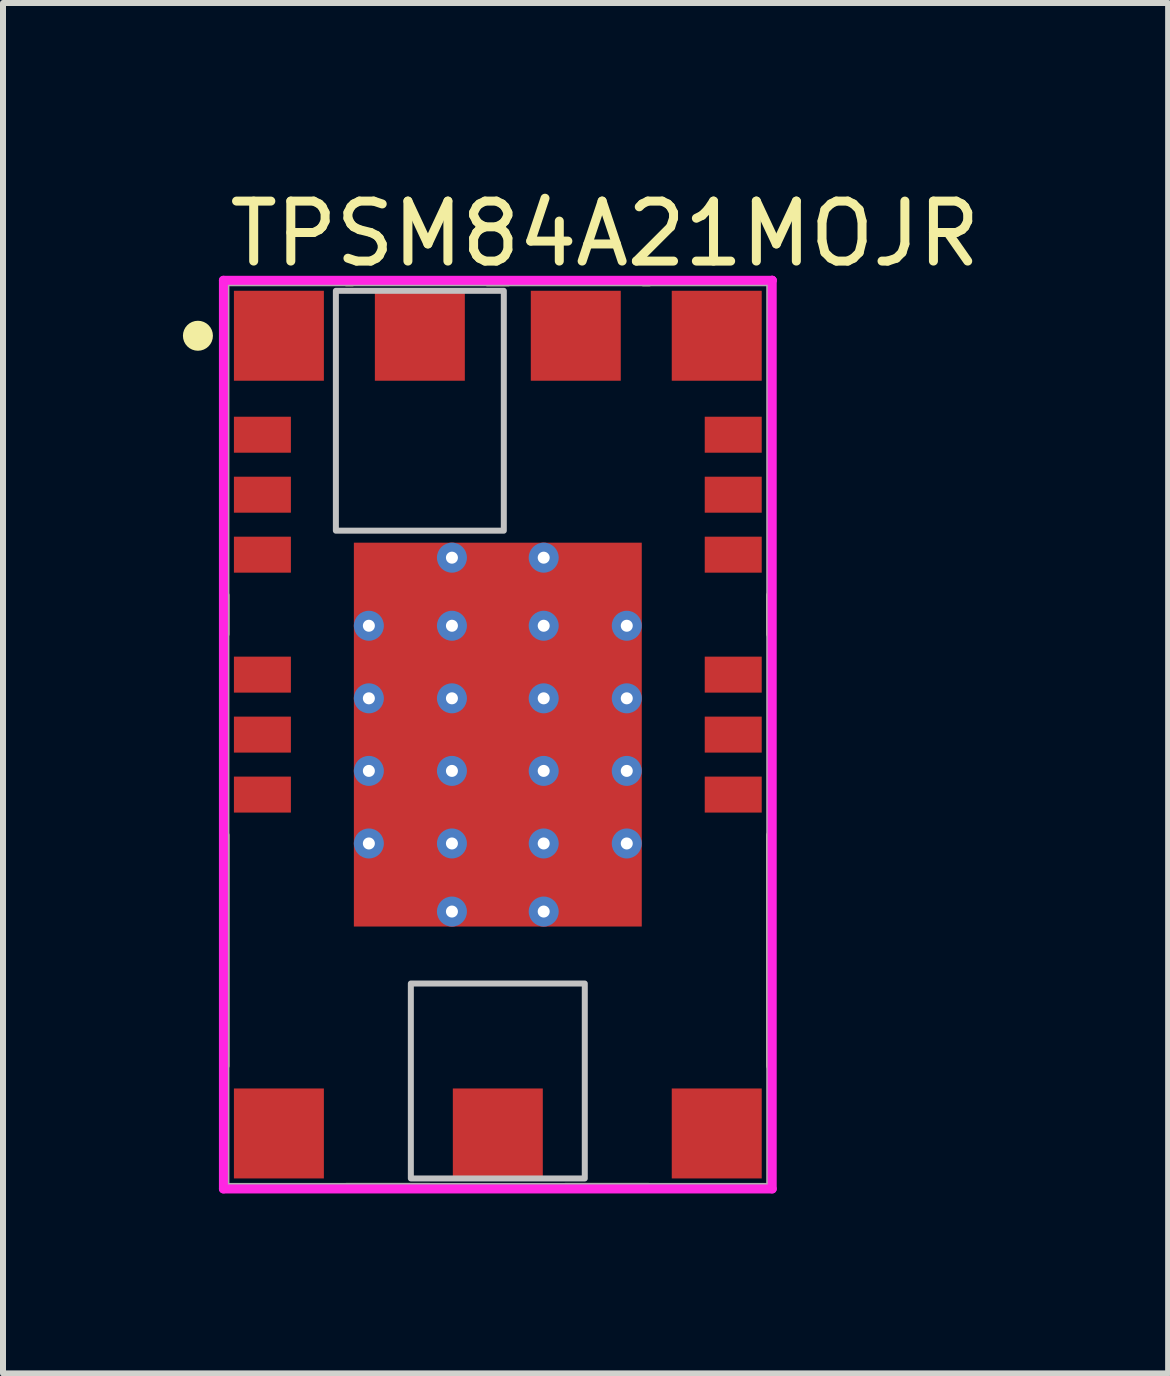
<source format=kicad_pcb>
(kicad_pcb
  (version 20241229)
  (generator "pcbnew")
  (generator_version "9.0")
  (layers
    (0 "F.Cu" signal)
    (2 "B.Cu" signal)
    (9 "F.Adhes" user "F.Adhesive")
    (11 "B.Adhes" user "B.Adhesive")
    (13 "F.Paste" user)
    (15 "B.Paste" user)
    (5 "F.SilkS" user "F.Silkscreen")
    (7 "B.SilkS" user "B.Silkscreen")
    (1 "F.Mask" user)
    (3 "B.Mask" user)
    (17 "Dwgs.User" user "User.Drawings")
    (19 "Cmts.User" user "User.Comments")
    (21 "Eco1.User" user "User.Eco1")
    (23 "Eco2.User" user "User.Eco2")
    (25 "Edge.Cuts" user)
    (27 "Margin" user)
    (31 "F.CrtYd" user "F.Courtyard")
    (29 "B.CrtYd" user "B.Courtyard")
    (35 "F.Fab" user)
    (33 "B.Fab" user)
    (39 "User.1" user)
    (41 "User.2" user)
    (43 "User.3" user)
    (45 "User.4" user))
  (footprint "TPSM84A21MOJR"
    (layer "F.Cu")
    (at 5.25 9.198)
    (property "Reference" "TPSM84A21MOJR" (at -4.55 -8.35 0) (layer "F.SilkS") (effects (font (size 1 1) (thickness 0.15)) (justify left)))
    (attr through_hole)
    (fp_line (start -4.55 -1.675) (end -4.55 -2.325) (stroke (width 0.15) (type solid)) (layer "F.SilkS"))
    (fp_line (start -4.55 5.525) (end -4.55 1.675) (stroke (width 0.15) (type solid)) (layer "F.SilkS"))
    (fp_line (start -2.525 -7.55) (end -2.425 -7.55) (stroke (width 0.15) (type solid)) (layer "F.SilkS"))
    (fp_line (start -2.525 7.55) (end -1.125 7.55) (stroke (width 0.15) (type solid)) (layer "F.SilkS"))
    (fp_line (start -0.175 -7.55) (end 0.175 -7.55) (stroke (width 0.15) (type solid)) (layer "F.SilkS"))
    (fp_line (start 1.125 7.55) (end 2.525 7.55) (stroke (width 0.15) (type solid)) (layer "F.SilkS"))
    (fp_line (start 2.425 -7.55) (end 2.525 -7.55) (stroke (width 0.15) (type solid)) (layer "F.SilkS"))
    (fp_line (start 4.55 -1.675) (end 4.55 -2.325) (stroke (width 0.15) (type solid)) (layer "F.SilkS"))
    (fp_line (start 4.55 5.525) (end 4.55 1.675) (stroke (width 0.15) (type solid)) (layer "F.SilkS"))
    (fp_circle (center -5 -6.65) (end -4.875 -6.65) (stroke (width 0.25) (type solid)) (fill no) (layer "F.SilkS"))
    (fp_poly (pts (xy -2.7 -7.4) (xy 0.1 -7.4) (xy 0.1 -3.4) (xy -2.7 -3.4)) (stroke (width 0.1) (type solid)) (fill no) (layer "Dwgs.User"))
    (fp_poly (pts (xy -1.45 4.15) (xy 1.45 4.15) (xy 1.45 7.4) (xy -1.45 7.4)) (stroke (width 0.1) (type solid)) (fill no) (layer "Dwgs.User"))
    (fp_line (start -4.575 -7.575) (end -4.575 7.575) (stroke (width 0.15) (type solid)) (layer "F.CrtYd"))
    (fp_line (start -4.575 7.575) (end 4.575 7.575) (stroke (width 0.15) (type solid)) (layer "F.CrtYd"))
    (fp_line (start 4.575 -7.575) (end -4.575 -7.575) (stroke (width 0.15) (type solid)) (layer "F.CrtYd"))
    (fp_line (start 4.575 -7.575) (end 4.575 -7.575) (stroke (width 0.15) (type solid)) (layer "F.CrtYd"))
    (fp_line (start 4.575 7.575) (end 4.575 -7.575) (stroke (width 0.15) (type solid)) (layer "F.CrtYd"))
    (fp_line (start -4.55 -7.55) (end 4.55 -7.55) (stroke (width 0.15) (type solid)) (layer "F.Fab"))
    (fp_line (start -4.55 7.55) (end -4.55 -7.55) (stroke (width 0.15) (type solid)) (layer "F.Fab"))
    (fp_line (start 4.55 -7.55) (end 4.55 7.55) (stroke (width 0.15) (type solid)) (layer "F.Fab"))
    (fp_line (start 4.55 7.55) (end -4.55 7.55) (stroke (width 0.15) (type solid)) (layer "F.Fab"))
    (pad "" smd rect (at -3.65 -6.65) (size 1.42 1.42) (layers "F.Paste"))
    (pad "" smd rect (at -3.65 6.65) (size 1.42 1.42) (layers "F.Paste"))
    (pad "" smd rect (at -1.53 -2.42) (size 1.33 1.01) (layers "F.Paste"))
    (pad "" smd rect (at -1.53 -1.21) (size 1.33 1.01) (layers "F.Paste"))
    (pad "" smd rect (at -1.53 0) (size 1.33 1.01) (layers "F.Paste"))
    (pad "" smd rect (at -1.53 1.21) (size 1.33 1.01) (layers "F.Paste"))
    (pad "" smd rect (at -1.53 2.42) (size 1.33 1.01) (layers "F.Paste"))
    (pad "" smd rect (at -1.3 -6.65) (size 1.42 1.42) (layers "F.Paste"))
    (pad "" smd rect (at 0 -2.42) (size 1.33 1.01) (layers "F.Paste"))
    (pad "" smd rect (at 0 -1.21) (size 1.33 1.01) (layers "F.Paste"))
    (pad "" smd rect (at 0 0) (size 1.33 1.01) (layers "F.Paste"))
    (pad "" smd rect (at 0 1.21) (size 1.33 1.01) (layers "F.Paste"))
    (pad "" smd rect (at 0 2.42) (size 1.33 1.01) (layers "F.Paste"))
    (pad "" smd rect (at 0 6.65) (size 1.42 1.42) (layers "F.Paste"))
    (pad "" smd rect (at 1.3 -6.65) (size 1.42 1.42) (layers "F.Paste"))
    (pad "" smd rect (at 1.53 -2.42) (size 1.33 1.01) (layers "F.Paste"))
    (pad "" smd rect (at 1.53 -1.21) (size 1.33 1.01) (layers "F.Paste"))
    (pad "" smd rect (at 1.53 0) (size 1.33 1.01) (layers "F.Paste"))
    (pad "" smd rect (at 1.53 1.21) (size 1.33 1.01) (layers "F.Paste"))
    (pad "" smd rect (at 1.53 2.42) (size 1.33 1.01) (layers "F.Paste"))
    (pad "" smd rect (at 3.65 -6.65) (size 1.42 1.42) (layers "F.Paste"))
    (pad "" smd rect (at 3.65 6.65) (size 1.42 1.42) (layers "F.Paste"))
    (pad "1" smd rect (at -3.65 -6.65) (size 1.5 1.5) (layers "F.Cu" "F.Mask"))
    (pad "2" smd rect (at -3.925 -5) (size 0.95 0.6) (layers "F.Cu" "F.Mask" "F.Paste"))
    (pad "3" smd rect (at -3.925 -4) (size 0.95 0.6) (layers "F.Cu" "F.Mask" "F.Paste"))
    (pad "4" smd rect (at -3.925 -3) (size 0.95 0.6) (layers "F.Cu" "F.Mask" "F.Paste"))
    (pad "5" smd rect (at -3.925 -1) (size 0.95 0.6) (layers "F.Cu" "F.Mask" "F.Paste"))
    (pad "6" smd rect (at -3.925 0) (size 0.95 0.6) (layers "F.Cu" "F.Mask" "F.Paste"))
    (pad "7" smd rect (at -3.925 1) (size 0.95 0.6) (layers "F.Cu" "F.Mask" "F.Paste"))
    (pad "8" smd rect (at -3.65 6.65) (size 1.5 1.5) (layers "F.Cu" "F.Mask"))
    (pad "9" smd rect (at 0 6.65) (size 1.5 1.5) (layers "F.Cu" "F.Mask"))
    (pad "10" smd rect (at 3.65 6.65) (size 1.5 1.5) (layers "F.Cu" "F.Mask"))
    (pad "11" smd rect (at 3.925 1) (size 0.95 0.6) (layers "F.Cu" "F.Mask" "F.Paste"))
    (pad "12" smd rect (at 3.925 0) (size 0.95 0.6) (layers "F.Cu" "F.Mask" "F.Paste"))
    (pad "13" smd rect (at 3.925 -1) (size 0.95 0.6) (layers "F.Cu" "F.Mask" "F.Paste"))
    (pad "14" smd rect (at 3.925 -3) (size 0.95 0.6) (layers "F.Cu" "F.Mask" "F.Paste"))
    (pad "15" smd rect (at 3.925 -4) (size 0.95 0.6) (layers "F.Cu" "F.Mask" "F.Paste"))
    (pad "16" smd rect (at 3.925 -5) (size 0.95 0.6) (layers "F.Cu" "F.Mask" "F.Paste"))
    (pad "17" smd rect (at 3.65 -6.65) (size 1.5 1.5) (layers "F.Cu" "F.Mask"))
    (pad "18" smd rect (at 1.3 -6.65) (size 1.5 1.5) (layers "F.Cu" "F.Mask"))
    (pad "19" smd rect (at -1.3 -6.65) (size 1.5 1.5) (layers "F.Cu" "F.Mask"))
    (pad "20" smd rect (at 0 0) (size 4.8 6.4) (layers "F.Cu" "F.Mask"))
    (pad "~" thru_hole circle (at -2.15 -1.815) (size 0.5 0.5) (drill 0.2) (layers "*.Cu"))
    (pad "~" thru_hole circle (at -2.15 -0.605) (size 0.5 0.5) (drill 0.2) (layers "*.Cu"))
    (pad "~" thru_hole circle (at -2.15 0.605) (size 0.5 0.5) (drill 0.2) (layers "*.Cu"))
    (pad "~" thru_hole circle (at -2.15 1.815) (size 0.5 0.5) (drill 0.2) (layers "*.Cu"))
    (pad "~" thru_hole circle (at -0.765 -2.95) (size 0.5 0.5) (drill 0.2) (layers "*.Cu"))
    (pad "~" thru_hole circle (at -0.765 -1.815) (size 0.5 0.5) (drill 0.2) (layers "*.Cu"))
    (pad "~" thru_hole circle (at -0.765 -0.605) (size 0.5 0.5) (drill 0.2) (layers "*.Cu"))
    (pad "~" thru_hole circle (at -0.765 0.605) (size 0.5 0.5) (drill 0.2) (layers "*.Cu"))
    (pad "~" thru_hole circle (at -0.765 1.815) (size 0.5 0.5) (drill 0.2) (layers "*.Cu"))
    (pad "~" thru_hole circle (at -0.765 2.95) (size 0.5 0.5) (drill 0.2) (layers "*.Cu"))
    (pad "~" thru_hole circle (at 0.765 -2.95) (size 0.5 0.5) (drill 0.2) (layers "*.Cu"))
    (pad "~" thru_hole circle (at 0.765 -1.815) (size 0.5 0.5) (drill 0.2) (layers "*.Cu"))
    (pad "~" thru_hole circle (at 0.765 -0.605) (size 0.5 0.5) (drill 0.2) (layers "*.Cu"))
    (pad "~" thru_hole circle (at 0.765 0.605) (size 0.5 0.5) (drill 0.2) (layers "*.Cu"))
    (pad "~" thru_hole circle (at 0.765 1.815) (size 0.5 0.5) (drill 0.2) (layers "*.Cu"))
    (pad "~" thru_hole circle (at 0.765 2.95) (size 0.5 0.5) (drill 0.2) (layers "*.Cu"))
    (pad "~" thru_hole circle (at 2.15 -1.815) (size 0.5 0.5) (drill 0.2) (layers "*.Cu"))
    (pad "~" thru_hole circle (at 2.15 -0.605) (size 0.5 0.5) (drill 0.2) (layers "*.Cu"))
    (pad "~" thru_hole circle (at 2.15 0.605) (size 0.5 0.5) (drill 0.2) (layers "*.Cu"))
    (pad "~" thru_hole circle (at 2.15 1.815) (size 0.5 0.5) (drill 0.2) (layers "*.Cu")))
  (gr_rect
    (start -3 -3)
    (end 16.426 19.848)
    (stroke (width 0.1) (type default))
    (fill no)
    (layer "Edge.Cuts")))
</source>
